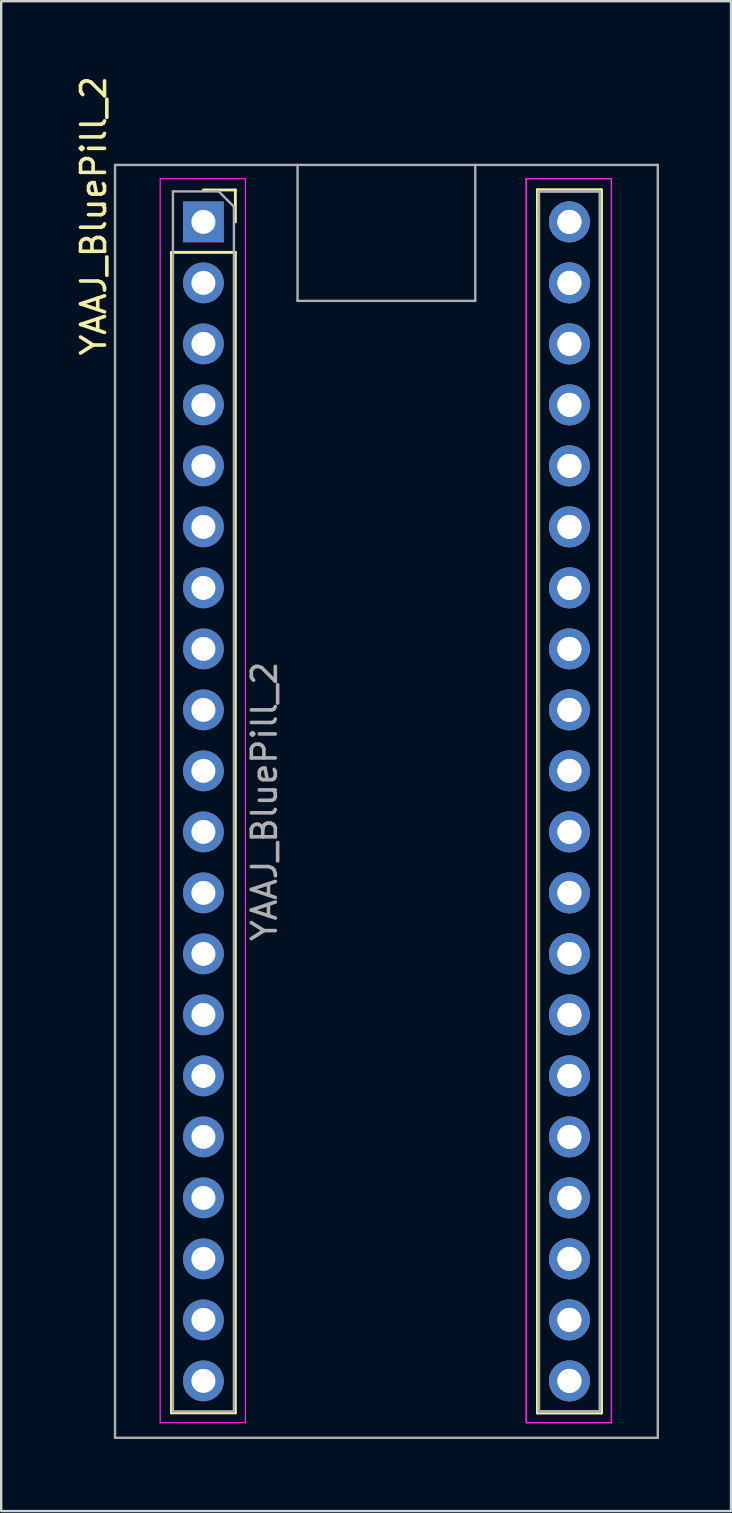
<source format=kicad_pcb>
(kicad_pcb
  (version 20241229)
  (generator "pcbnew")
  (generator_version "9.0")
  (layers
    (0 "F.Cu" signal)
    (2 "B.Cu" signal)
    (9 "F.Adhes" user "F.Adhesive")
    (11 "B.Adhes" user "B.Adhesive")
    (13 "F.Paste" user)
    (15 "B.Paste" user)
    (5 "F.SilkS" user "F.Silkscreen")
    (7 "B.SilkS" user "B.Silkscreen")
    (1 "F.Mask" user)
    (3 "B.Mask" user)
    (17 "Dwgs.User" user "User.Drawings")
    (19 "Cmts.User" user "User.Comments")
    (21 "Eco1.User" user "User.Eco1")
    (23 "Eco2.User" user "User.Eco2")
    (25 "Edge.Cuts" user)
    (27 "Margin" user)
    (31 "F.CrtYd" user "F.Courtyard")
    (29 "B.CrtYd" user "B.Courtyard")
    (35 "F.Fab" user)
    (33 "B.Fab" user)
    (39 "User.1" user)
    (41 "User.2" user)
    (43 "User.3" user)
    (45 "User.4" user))
  (footprint "YAAJ_BluePill_2"
    (layer "F.Cu")
    (at 13.04 30.319)
    (property "Reference" "YAAJ_BluePill_2" (at -12.192 -24.384 90) (layer "F.SilkS") (effects (font (size 1 1) (thickness 0.15))))
    (attr through_hole)
    (fp_line (start -8.95 -22.86) (end -8.95 25.46) (stroke (width 0.12) (type solid)) (layer "F.SilkS"))
    (fp_line (start -8.95 -22.86) (end -6.29 -22.86) (stroke (width 0.12) (type solid)) (layer "F.SilkS"))
    (fp_line (start -8.95 25.46) (end -6.29 25.46) (stroke (width 0.12) (type solid)) (layer "F.SilkS"))
    (fp_line (start -7.62 -25.46) (end -6.29 -25.46) (stroke (width 0.12) (type solid)) (layer "F.SilkS"))
    (fp_line (start -6.29 -25.46) (end -6.29 -24.13) (stroke (width 0.12) (type solid)) (layer "F.SilkS"))
    (fp_line (start -6.29 -22.86) (end -6.29 25.46) (stroke (width 0.12) (type solid)) (layer "F.SilkS"))
    (fp_line (start 6.29 -25.46) (end 6.29 25.46) (stroke (width 0.12) (type solid)) (layer "F.SilkS"))
    (fp_line (start 6.29 -25.46) (end 6.29 25.46) (stroke (width 0.12) (type solid)) (layer "F.SilkS"))
    (fp_line (start 6.29 -25.46) (end 8.95 -25.46) (stroke (width 0.12) (type solid)) (layer "F.SilkS"))
    (fp_line (start 6.29 -25.46) (end 8.95 -25.46) (stroke (width 0.12) (type solid)) (layer "F.SilkS"))
    (fp_line (start 6.29 25.46) (end 8.95 25.46) (stroke (width 0.12) (type solid)) (layer "F.SilkS"))
    (fp_line (start 6.29 25.46) (end 8.95 25.46) (stroke (width 0.12) (type solid)) (layer "F.SilkS"))
    (fp_line (start 8.95 -25.46) (end 8.95 -22.86) (stroke (width 0.12) (type solid)) (layer "F.SilkS"))
    (fp_line (start 8.95 -25.46) (end 8.95 -22.86) (stroke (width 0.12) (type solid)) (layer "F.SilkS"))
    (fp_line (start 8.95 -22.86) (end 8.95 25.46) (stroke (width 0.12) (type solid)) (layer "F.SilkS"))
    (fp_line (start 8.95 -22.86) (end 8.95 25.46) (stroke (width 0.12) (type solid)) (layer "F.SilkS"))
    (fp_line (start -9.42 -25.93) (end -5.87 -25.93) (stroke (width 0.05) (type solid)) (layer "F.CrtYd"))
    (fp_line (start -9.42 25.87) (end -9.42 -25.93) (stroke (width 0.05) (type solid)) (layer "F.CrtYd"))
    (fp_line (start -5.87 -25.93) (end -5.87 25.87) (stroke (width 0.05) (type solid)) (layer "F.CrtYd"))
    (fp_line (start -5.87 25.87) (end -9.42 25.87) (stroke (width 0.05) (type solid)) (layer "F.CrtYd"))
    (fp_line (start 5.82 -25.93) (end 9.37 -25.93) (stroke (width 0.05) (type solid)) (layer "F.CrtYd"))
    (fp_line (start 5.82 -25.93) (end 9.37 -25.93) (stroke (width 0.05) (type solid)) (layer "F.CrtYd"))
    (fp_line (start 5.82 25.87) (end 5.82 -25.93) (stroke (width 0.05) (type solid)) (layer "F.CrtYd"))
    (fp_line (start 5.82 25.87) (end 5.82 -25.93) (stroke (width 0.05) (type solid)) (layer "F.CrtYd"))
    (fp_line (start 9.37 -25.93) (end 9.37 25.87) (stroke (width 0.05) (type solid)) (layer "F.CrtYd"))
    (fp_line (start 9.37 -25.93) (end 9.37 25.87) (stroke (width 0.05) (type solid)) (layer "F.CrtYd"))
    (fp_line (start 9.37 25.87) (end 5.82 25.87) (stroke (width 0.05) (type solid)) (layer "F.CrtYd"))
    (fp_line (start 9.37 25.87) (end 5.82 25.87) (stroke (width 0.05) (type solid)) (layer "F.CrtYd"))
    (fp_line (start -11.3 -26.5) (end 11.3 -26.5) (stroke (width 0.1) (type solid)) (layer "F.Fab"))
    (fp_line (start -11.3 26.5) (end -11.3 -26.5) (stroke (width 0.1) (type solid)) (layer "F.Fab"))
    (fp_line (start -8.89 -25.4) (end -6.985 -25.4) (stroke (width 0.1) (type solid)) (layer "F.Fab"))
    (fp_line (start -8.89 25.4) (end -8.89 -25.4) (stroke (width 0.1) (type solid)) (layer "F.Fab"))
    (fp_line (start -6.985 -25.4) (end -6.35 -24.765) (stroke (width 0.1) (type solid)) (layer "F.Fab"))
    (fp_line (start -6.35 -24.765) (end -6.35 25.4) (stroke (width 0.1) (type solid)) (layer "F.Fab"))
    (fp_line (start -6.35 25.4) (end -8.89 25.4) (stroke (width 0.1) (type solid)) (layer "F.Fab"))
    (fp_line (start -3.7 -26.5) (end -3.7 -20.84) (stroke (width 0.1) (type solid)) (layer "F.Fab"))
    (fp_line (start -3.7 -20.84) (end 3.7 -20.84) (stroke (width 0.1) (type solid)) (layer "F.Fab"))
    (fp_line (start 3.7 -20.84) (end 3.7 -26.5) (stroke (width 0.1) (type solid)) (layer "F.Fab"))
    (fp_line (start 6.35 -25.4) (end 8.89 -25.4) (stroke (width 0.1) (type solid)) (layer "F.Fab"))
    (fp_line (start 6.35 -25.4) (end 8.89 -25.4) (stroke (width 0.1) (type solid)) (layer "F.Fab"))
    (fp_line (start 6.35 25.4) (end 6.35 -25.4) (stroke (width 0.1) (type solid)) (layer "F.Fab"))
    (fp_line (start 6.35 25.4) (end 6.35 -25.4) (stroke (width 0.1) (type solid)) (layer "F.Fab"))
    (fp_line (start 8.89 -25.4) (end 8.89 25.4) (stroke (width 0.1) (type solid)) (layer "F.Fab"))
    (fp_line (start 8.89 -25.4) (end 8.89 25.4) (stroke (width 0.1) (type solid)) (layer "F.Fab"))
    (fp_line (start 8.89 25.4) (end 6.35 25.4) (stroke (width 0.1) (type solid)) (layer "F.Fab"))
    (fp_line (start 8.89 25.4) (end 6.35 25.4) (stroke (width 0.1) (type solid)) (layer "F.Fab"))
    (fp_line (start 11.3 -26.5) (end 11.3 26.5) (stroke (width 0.1) (type solid)) (layer "F.Fab"))
    (fp_line (start 11.3 26.5) (end -11.3 26.5) (stroke (width 0.1) (type solid)) (layer "F.Fab"))
    (fp_text user "${REFERENCE}" (at -5.08 0 90) (layer "F.Fab") (effects (font (size 1 1) (thickness 0.15))))
    (pad "1" thru_hole rect (at -7.62 -24.13) (size 1.7 1.7) (drill 1) (layers "*.Cu" "*.Mask"))
    (pad "2" thru_hole oval (at -7.62 -21.59) (size 1.7 1.7) (drill 1) (layers "*.Cu" "*.Mask"))
    (pad "3" thru_hole oval (at -7.62 -19.05) (size 1.7 1.7) (drill 1) (layers "*.Cu" "*.Mask"))
    (pad "4" thru_hole oval (at -7.62 -16.51) (size 1.7 1.7) (drill 1) (layers "*.Cu" "*.Mask"))
    (pad "5" thru_hole oval (at -7.62 -13.97) (size 1.7 1.7) (drill 1) (layers "*.Cu" "*.Mask"))
    (pad "6" thru_hole oval (at -7.62 -11.43) (size 1.7 1.7) (drill 1) (layers "*.Cu" "*.Mask"))
    (pad "7" thru_hole oval (at -7.62 -8.89) (size 1.7 1.7) (drill 1) (layers "*.Cu" "*.Mask"))
    (pad "8" thru_hole oval (at -7.62 -6.35) (size 1.7 1.7) (drill 1) (layers "*.Cu" "*.Mask"))
    (pad "9" thru_hole oval (at -7.62 -3.81) (size 1.7 1.7) (drill 1) (layers "*.Cu" "*.Mask"))
    (pad "10" thru_hole oval (at -7.62 -1.27) (size 1.7 1.7) (drill 1) (layers "*.Cu" "*.Mask"))
    (pad "11" thru_hole oval (at -7.62 1.27) (size 1.7 1.7) (drill 1) (layers "*.Cu" "*.Mask"))
    (pad "12" thru_hole oval (at -7.62 3.81) (size 1.7 1.7) (drill 1) (layers "*.Cu" "*.Mask"))
    (pad "13" thru_hole oval (at -7.62 6.35) (size 1.7 1.7) (drill 1) (layers "*.Cu" "*.Mask"))
    (pad "14" thru_hole oval (at -7.62 8.89) (size 1.7 1.7) (drill 1) (layers "*.Cu" "*.Mask"))
    (pad "15" thru_hole oval (at -7.62 11.43) (size 1.7 1.7) (drill 1) (layers "*.Cu" "*.Mask"))
    (pad "16" thru_hole oval (at -7.62 13.97) (size 1.7 1.7) (drill 1) (layers "*.Cu" "*.Mask"))
    (pad "17" thru_hole oval (at -7.62 16.51) (size 1.7 1.7) (drill 1) (layers "*.Cu" "*.Mask"))
    (pad "18" thru_hole oval (at -7.62 19.05) (size 1.7 1.7) (drill 1) (layers "*.Cu" "*.Mask"))
    (pad "19" thru_hole oval (at -7.62 21.59) (size 1.7 1.7) (drill 1) (layers "*.Cu" "*.Mask"))
    (pad "20" thru_hole oval (at -7.62 24.13) (size 1.7 1.7) (drill 1) (layers "*.Cu" "*.Mask"))
    (pad "21" thru_hole oval (at 7.62 -24.13) (size 1.7 1.7) (drill 1) (layers "*.Cu" "*.Mask"))
    (pad "21" thru_hole oval (at 7.62 -24.13) (size 1.7 1.7) (drill 1) (layers "*.Cu" "*.Mask"))
    (pad "22" thru_hole oval (at 7.62 -21.59) (size 1.7 1.7) (drill 1) (layers "*.Cu" "*.Mask"))
    (pad "22" thru_hole oval (at 7.62 -21.59) (size 1.7 1.7) (drill 1) (layers "*.Cu" "*.Mask"))
    (pad "23" thru_hole oval (at 7.62 -19.05) (size 1.7 1.7) (drill 1) (layers "*.Cu" "*.Mask"))
    (pad "23" thru_hole oval (at 7.62 -19.05) (size 1.7 1.7) (drill 1) (layers "*.Cu" "*.Mask"))
    (pad "24" thru_hole oval (at 7.62 -16.51) (size 1.7 1.7) (drill 1) (layers "*.Cu" "*.Mask"))
    (pad "24" thru_hole oval (at 7.62 -16.51) (size 1.7 1.7) (drill 1) (layers "*.Cu" "*.Mask"))
    (pad "25" thru_hole oval (at 7.62 -13.97) (size 1.7 1.7) (drill 1) (layers "*.Cu" "*.Mask"))
    (pad "25" thru_hole oval (at 7.62 -13.97) (size 1.7 1.7) (drill 1) (layers "*.Cu" "*.Mask"))
    (pad "26" thru_hole oval (at 7.62 -11.43) (size 1.7 1.7) (drill 1) (layers "*.Cu" "*.Mask"))
    (pad "26" thru_hole oval (at 7.62 -11.43) (size 1.7 1.7) (drill 1) (layers "*.Cu" "*.Mask"))
    (pad "27" thru_hole oval (at 7.62 -8.89) (size 1.7 1.7) (drill 1) (layers "*.Cu" "*.Mask"))
    (pad "27" thru_hole oval (at 7.62 -8.89) (size 1.7 1.7) (drill 1) (layers "*.Cu" "*.Mask"))
    (pad "28" thru_hole oval (at 7.62 -6.35) (size 1.7 1.7) (drill 1) (layers "*.Cu" "*.Mask"))
    (pad "28" thru_hole oval (at 7.62 -6.35) (size 1.7 1.7) (drill 1) (layers "*.Cu" "*.Mask"))
    (pad "29" thru_hole oval (at 7.62 -3.81) (size 1.7 1.7) (drill 1) (layers "*.Cu" "*.Mask"))
    (pad "29" thru_hole oval (at 7.62 -3.81) (size 1.7 1.7) (drill 1) (layers "*.Cu" "*.Mask"))
    (pad "30" thru_hole oval (at 7.62 -1.27) (size 1.7 1.7) (drill 1) (layers "*.Cu" "*.Mask"))
    (pad "30" thru_hole oval (at 7.62 -1.27) (size 1.7 1.7) (drill 1) (layers "*.Cu" "*.Mask"))
    (pad "31" thru_hole oval (at 7.62 1.27) (size 1.7 1.7) (drill 1) (layers "*.Cu" "*.Mask"))
    (pad "31" thru_hole oval (at 7.62 1.27) (size 1.7 1.7) (drill 1) (layers "*.Cu" "*.Mask"))
    (pad "32" thru_hole oval (at 7.62 3.81) (size 1.7 1.7) (drill 1) (layers "*.Cu" "*.Mask"))
    (pad "32" thru_hole oval (at 7.62 3.81) (size 1.7 1.7) (drill 1) (layers "*.Cu" "*.Mask"))
    (pad "33" thru_hole oval (at 7.62 6.35) (size 1.7 1.7) (drill 1) (layers "*.Cu" "*.Mask"))
    (pad "33" thru_hole oval (at 7.62 6.35) (size 1.7 1.7) (drill 1) (layers "*.Cu" "*.Mask"))
    (pad "34" thru_hole oval (at 7.62 8.89) (size 1.7 1.7) (drill 1) (layers "*.Cu" "*.Mask"))
    (pad "34" thru_hole oval (at 7.62 8.89) (size 1.7 1.7) (drill 1) (layers "*.Cu" "*.Mask"))
    (pad "35" thru_hole oval (at 7.62 11.43) (size 1.7 1.7) (drill 1) (layers "*.Cu" "*.Mask"))
    (pad "35" thru_hole oval (at 7.62 11.43) (size 1.7 1.7) (drill 1) (layers "*.Cu" "*.Mask"))
    (pad "36" thru_hole oval (at 7.62 13.97) (size 1.7 1.7) (drill 1) (layers "*.Cu" "*.Mask"))
    (pad "36" thru_hole oval (at 7.62 13.97) (size 1.7 1.7) (drill 1) (layers "*.Cu" "*.Mask"))
    (pad "37" thru_hole oval (at 7.62 16.51) (size 1.7 1.7) (drill 1) (layers "*.Cu" "*.Mask"))
    (pad "37" thru_hole oval (at 7.62 16.51) (size 1.7 1.7) (drill 1) (layers "*.Cu" "*.Mask"))
    (pad "38" thru_hole oval (at 7.62 19.05) (size 1.7 1.7) (drill 1) (layers "*.Cu" "*.Mask"))
    (pad "38" thru_hole oval (at 7.62 19.05) (size 1.7 1.7) (drill 1) (layers "*.Cu" "*.Mask"))
    (pad "39" thru_hole oval (at 7.62 21.59) (size 1.7 1.7) (drill 1) (layers "*.Cu" "*.Mask"))
    (pad "39" thru_hole oval (at 7.62 21.59) (size 1.7 1.7) (drill 1) (layers "*.Cu" "*.Mask"))
    (pad "40" thru_hole oval (at 7.62 24.13) (size 1.7 1.7) (drill 1) (layers "*.Cu" "*.Mask"))
    (pad "40" thru_hole oval (at 7.62 24.13) (size 1.7 1.7) (drill 1) (layers "*.Cu" "*.Mask")))
  (gr_rect
    (start -3 -3)
    (end 27.39 59.869)
    (stroke (width 0.1) (type default))
    (fill no)
    (layer "Edge.Cuts")))
</source>
